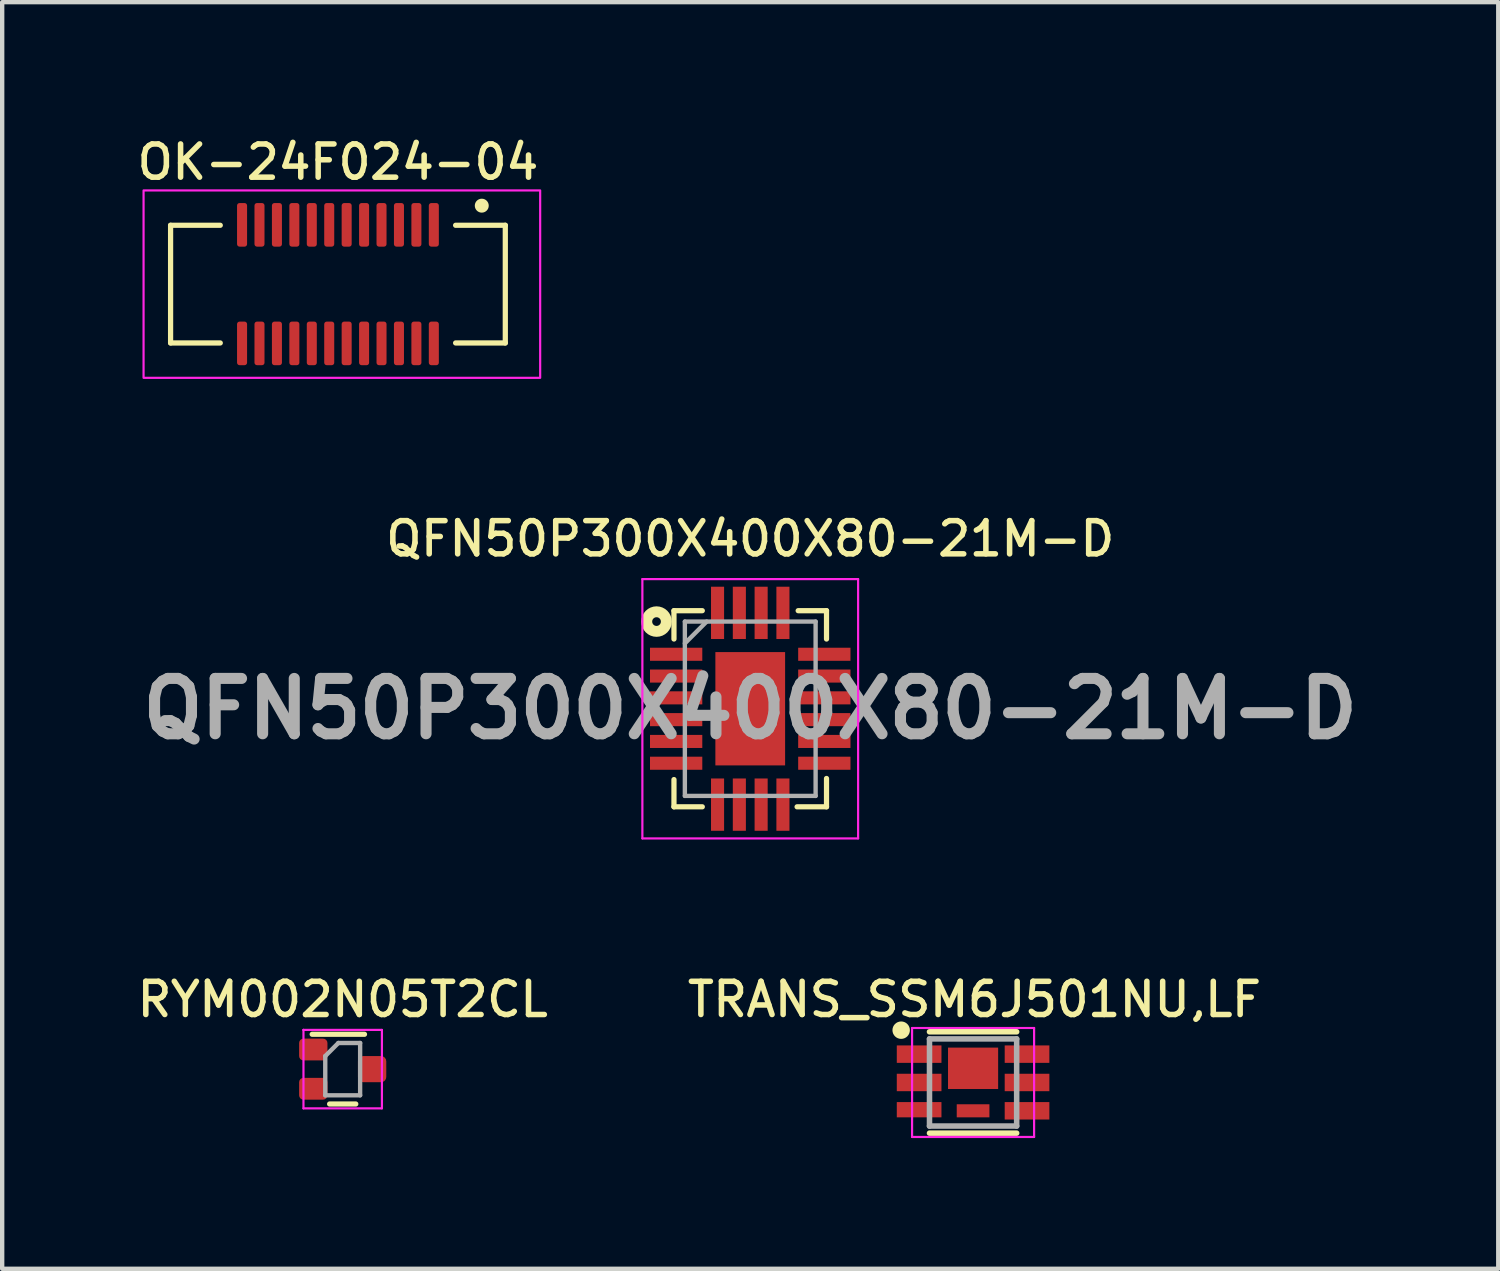
<source format=kicad_pcb>
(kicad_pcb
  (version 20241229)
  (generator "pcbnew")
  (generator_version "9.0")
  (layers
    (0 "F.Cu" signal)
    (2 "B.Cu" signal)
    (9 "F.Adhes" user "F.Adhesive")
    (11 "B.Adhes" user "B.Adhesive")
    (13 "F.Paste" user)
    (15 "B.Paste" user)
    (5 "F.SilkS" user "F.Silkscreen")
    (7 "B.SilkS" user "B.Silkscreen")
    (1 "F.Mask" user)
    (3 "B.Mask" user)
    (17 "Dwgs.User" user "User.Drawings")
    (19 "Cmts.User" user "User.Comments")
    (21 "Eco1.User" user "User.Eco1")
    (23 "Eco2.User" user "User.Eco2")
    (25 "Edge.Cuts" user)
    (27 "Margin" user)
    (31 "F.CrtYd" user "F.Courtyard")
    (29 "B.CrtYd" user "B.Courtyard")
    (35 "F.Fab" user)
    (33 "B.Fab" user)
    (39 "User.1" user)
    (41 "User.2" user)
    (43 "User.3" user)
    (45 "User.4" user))
  (footprint "TRANS_SSM6J501NU,LF"
    (layer "F.Cu")
    (at 19.277 21.787)
    (property "Reference" "TRANS_SSM6J501NU,LF" (at 0.032 -1.906 0) (layer "F.SilkS") (effects (font (size 0.762 0.762) (thickness 0.127))))
    (attr through_hole)
    (fp_line (start -1 -1.163) (end 1 -1.163) (stroke (width 0.127) (type solid)) (layer "F.SilkS"))
    (fp_line (start -1 1.163) (end 1 1.163) (stroke (width 0.127) (type solid)) (layer "F.SilkS"))
    (fp_circle (center -1.65 -1.2) (end -1.55 -1.2) (stroke (width 0.2) (type solid)) (fill no) (layer "F.SilkS"))
    (fp_line (start -1.4 -1.25) (end -1.4 1.25) (stroke (width 0.05) (type solid)) (layer "F.CrtYd"))
    (fp_line (start -1.4 1.25) (end 1.4 1.25) (stroke (width 0.05) (type solid)) (layer "F.CrtYd"))
    (fp_line (start 1.4 -1.25) (end -1.4 -1.25) (stroke (width 0.05) (type solid)) (layer "F.CrtYd"))
    (fp_line (start 1.4 1.25) (end 1.4 -1.25) (stroke (width 0.05) (type solid)) (layer "F.CrtYd"))
    (fp_line (start -1 -1) (end -1 1) (stroke (width 0.127) (type solid)) (layer "F.Fab"))
    (fp_line (start -1 1) (end 1 1) (stroke (width 0.127) (type solid)) (layer "F.Fab"))
    (fp_line (start 1 -1) (end -1 -1) (stroke (width 0.127) (type solid)) (layer "F.Fab"))
    (fp_line (start 1 1) (end 1 -1) (stroke (width 0.127) (type solid)) (layer "F.Fab"))
    (pad "1" smd rect (at -1.238 -0.65) (size 1.025 0.4) (layers "F.Cu" "F.Mask" "F.Paste"))
    (pad "1" smd rect (at -1.238 0) (size 1.025 0.4) (layers "F.Cu" "F.Mask" "F.Paste"))
    (pad "1" smd rect (at 0 -0.325) (size 1.15 0.95) (layers "F.Cu" "F.Mask" "F.Paste"))
    (pad "1" smd rect (at 1.238 -0.65 180) (size 1.025 0.4) (layers "F.Cu" "F.Mask" "F.Paste"))
    (pad "1" smd rect (at 1.238 0 180) (size 1.025 0.4) (layers "F.Cu" "F.Mask" "F.Paste"))
    (pad "2" smd rect (at -1.238 0.625) (size 1.025 0.35) (layers "F.Cu" "F.Mask" "F.Paste"))
    (pad "3" smd rect (at 0 0.65) (size 0.75 0.3) (layers "F.Cu" "F.Mask" "F.Paste"))
    (pad "3" smd rect (at 1.238 0.65 180) (size 1.025 0.4) (layers "F.Cu" "F.Mask" "F.Paste")))
  (footprint "OK-24F024-04"
    (layer "F.Cu")
    (at 4.704 3.469)
    (property "Reference" "OK-24F024-04" (at 0 -2.8 0) (unlocked yes) (layer "F.SilkS") (effects (font (size 0.762 0.762) (thickness 0.127))))
    (attr smd)
    (fp_line (start -3.84 -1.35) (end -3.84 1.35) (stroke (width 0.12) (type solid)) (layer "F.SilkS"))
    (fp_line (start -2.7 -1.35) (end -3.84 -1.35) (stroke (width 0.12) (type solid)) (layer "F.SilkS"))
    (fp_line (start -2.7 1.35) (end -3.84 1.35) (stroke (width 0.12) (type solid)) (layer "F.SilkS"))
    (fp_line (start 2.7 -1.35) (end 3.84 -1.35) (stroke (width 0.12) (type solid)) (layer "F.SilkS"))
    (fp_line (start 2.7 1.35) (end 3.84 1.35) (stroke (width 0.12) (type solid)) (layer "F.SilkS"))
    (fp_line (start 3.84 -1.35) (end 3.84 1.35) (stroke (width 0.12) (type solid)) (layer "F.SilkS"))
    (fp_circle (center 3.3 -1.8) (end 3.4 -1.8) (stroke (width 0.12) (type solid)) (fill yes) (layer "F.SilkS"))
    (fp_rect (start -4.46 -2.15) (end 4.64 2.15) (stroke (width 0.05) (type solid)) (fill no) (layer "F.CrtYd"))
    (pad "1" smd roundrect (at 2.2 -1.36) (size 0.23 1) (layers "F.Cu" "F.Mask" "F.Paste") (roundrect_rratio 0.25))
    (pad "2" smd roundrect (at 1.8 -1.36) (size 0.23 1) (layers "F.Cu" "F.Mask" "F.Paste") (roundrect_rratio 0.25))
    (pad "3" smd roundrect (at 1.4 -1.36) (size 0.23 1) (layers "F.Cu" "F.Mask" "F.Paste") (roundrect_rratio 0.25))
    (pad "4" smd roundrect (at 1 -1.36) (size 0.23 1) (layers "F.Cu" "F.Mask" "F.Paste") (roundrect_rratio 0.25))
    (pad "5" smd roundrect (at 0.6 -1.36) (size 0.23 1) (layers "F.Cu" "F.Mask" "F.Paste") (roundrect_rratio 0.25))
    (pad "6" smd roundrect (at 0.2 -1.36) (size 0.23 1) (layers "F.Cu" "F.Mask" "F.Paste") (roundrect_rratio 0.25))
    (pad "7" smd roundrect (at -0.2 -1.36) (size 0.23 1) (layers "F.Cu" "F.Mask" "F.Paste") (roundrect_rratio 0.25))
    (pad "8" smd roundrect (at -0.6 -1.36) (size 0.23 1) (layers "F.Cu" "F.Mask" "F.Paste") (roundrect_rratio 0.25))
    (pad "9" smd roundrect (at -1 -1.36) (size 0.23 1) (layers "F.Cu" "F.Mask" "F.Paste") (roundrect_rratio 0.25))
    (pad "10" smd roundrect (at -1.4 -1.36) (size 0.23 1) (layers "F.Cu" "F.Mask" "F.Paste") (roundrect_rratio 0.25))
    (pad "11" smd roundrect (at -1.8 -1.36) (size 0.23 1) (layers "F.Cu" "F.Mask" "F.Paste") (roundrect_rratio 0.25))
    (pad "12" smd roundrect (at -2.2 -1.36) (size 0.23 1) (layers "F.Cu" "F.Mask" "F.Paste") (roundrect_rratio 0.25))
    (pad "13" smd roundrect (at -2.2 1.36) (size 0.23 1) (layers "F.Cu" "F.Mask" "F.Paste") (roundrect_rratio 0.25))
    (pad "14" smd roundrect (at -1.8 1.36) (size 0.23 1) (layers "F.Cu" "F.Mask" "F.Paste") (roundrect_rratio 0.25))
    (pad "15" smd roundrect (at -1.4 1.36) (size 0.23 1) (layers "F.Cu" "F.Mask" "F.Paste") (roundrect_rratio 0.25))
    (pad "16" smd roundrect (at -1 1.36) (size 0.23 1) (layers "F.Cu" "F.Mask" "F.Paste") (roundrect_rratio 0.25))
    (pad "17" smd roundrect (at -0.6 1.36) (size 0.23 1) (layers "F.Cu" "F.Mask" "F.Paste") (roundrect_rratio 0.25))
    (pad "18" smd roundrect (at -0.2 1.36) (size 0.23 1) (layers "F.Cu" "F.Mask" "F.Paste") (roundrect_rratio 0.25))
    (pad "19" smd roundrect (at 0.2 1.36) (size 0.23 1) (layers "F.Cu" "F.Mask" "F.Paste") (roundrect_rratio 0.25))
    (pad "20" smd roundrect (at 0.6 1.36) (size 0.23 1) (layers "F.Cu" "F.Mask" "F.Paste") (roundrect_rratio 0.25))
    (pad "21" smd roundrect (at 1 1.36) (size 0.23 1) (layers "F.Cu" "F.Mask" "F.Paste") (roundrect_rratio 0.25))
    (pad "22" smd roundrect (at 1.4 1.36) (size 0.23 1) (layers "F.Cu" "F.Mask" "F.Paste") (roundrect_rratio 0.25))
    (pad "23" smd roundrect (at 1.8 1.36) (size 0.23 1) (layers "F.Cu" "F.Mask" "F.Paste") (roundrect_rratio 0.25))
    (pad "24" smd roundrect (at 2.2 1.36) (size 0.23 1) (layers "F.Cu" "F.Mask" "F.Paste") (roundrect_rratio 0.25)))
  (footprint "QFN50P300X400X80-21M-D"
    (layer "F.Cu")
    (at 14.164 13.212)
    (property "Reference" "QFN50P300X400X80-21M-D" (at 0 -3.9 0) (layer "F.SilkS") (effects (font (size 0.762 0.762) (thickness 0.127))))
    (attr smd)
    (fp_line (start -1.75 -2.25) (end -1.1 -2.25) (stroke (width 0.12) (type solid)) (layer "F.SilkS"))
    (fp_line (start -1.75 -1.6) (end -1.75 -2.25) (stroke (width 0.12) (type solid)) (layer "F.SilkS"))
    (fp_line (start -1.75 2.25) (end -1.75 1.625) (stroke (width 0.12) (type solid)) (layer "F.SilkS"))
    (fp_line (start -1.1 2.25) (end -1.75 2.25) (stroke (width 0.12) (type solid)) (layer "F.SilkS"))
    (fp_line (start 1.1 -2.25) (end 1.75 -2.25) (stroke (width 0.12) (type solid)) (layer "F.SilkS"))
    (fp_line (start 1.75 -2.25) (end 1.75 -1.6) (stroke (width 0.12) (type solid)) (layer "F.SilkS"))
    (fp_line (start 1.75 1.6) (end 1.75 2.25) (stroke (width 0.12) (type solid)) (layer "F.SilkS"))
    (fp_line (start 1.75 2.25) (end 1.075 2.25) (stroke (width 0.12) (type solid)) (layer "F.SilkS"))
    (fp_circle (center -2.15 -2) (end -2.05 -2) (stroke (width 0.25) (type solid)) (fill no) (layer "F.SilkS"))
    (fp_line (start -2.475 -2.975) (end 2.475 -2.975) (stroke (width 0.05) (type solid)) (layer "F.CrtYd"))
    (fp_line (start -2.475 2.975) (end -2.475 -2.975) (stroke (width 0.05) (type solid)) (layer "F.CrtYd"))
    (fp_line (start 2.475 -2.975) (end 2.475 2.975) (stroke (width 0.05) (type solid)) (layer "F.CrtYd"))
    (fp_line (start 2.475 2.975) (end -2.475 2.975) (stroke (width 0.05) (type solid)) (layer "F.CrtYd"))
    (fp_line (start -1.5 -2) (end 1.5 -2) (stroke (width 0.1) (type solid)) (layer "F.Fab"))
    (fp_line (start -1.5 -1.5) (end -1 -2) (stroke (width 0.1) (type solid)) (layer "F.Fab"))
    (fp_line (start -1.5 2) (end -1.5 -2) (stroke (width 0.1) (type solid)) (layer "F.Fab"))
    (fp_line (start 1.5 -2) (end 1.5 2) (stroke (width 0.1) (type solid)) (layer "F.Fab"))
    (fp_line (start 1.5 2) (end -1.5 2) (stroke (width 0.1) (type solid)) (layer "F.Fab"))
    (fp_text user "${REFERENCE}" (at 0 0 0) (layer "F.Fab") (effects (font (size 1.27 1.27) (thickness 0.254))))
    (pad "1" smd rect (at -1.7 -1.25 90) (size 0.3 1.2) (layers "F.Cu" "F.Mask" "F.Paste"))
    (pad "2" smd rect (at -1.7 -0.75 90) (size 0.3 1.2) (layers "F.Cu" "F.Mask" "F.Paste"))
    (pad "3" smd rect (at -1.7 -0.25 90) (size 0.3 1.2) (layers "F.Cu" "F.Mask" "F.Paste"))
    (pad "4" smd rect (at -1.7 0.25 90) (size 0.3 1.2) (layers "F.Cu" "F.Mask" "F.Paste"))
    (pad "5" smd rect (at -1.7 0.75 90) (size 0.3 1.2) (layers "F.Cu" "F.Mask" "F.Paste"))
    (pad "6" smd rect (at -1.7 1.25 90) (size 0.3 1.2) (layers "F.Cu" "F.Mask" "F.Paste"))
    (pad "7" smd rect (at -0.75 2.2) (size 0.3 1.2) (layers "F.Cu" "F.Mask" "F.Paste"))
    (pad "8" smd rect (at -0.25 2.2) (size 0.3 1.2) (layers "F.Cu" "F.Mask" "F.Paste"))
    (pad "9" smd rect (at 0.25 2.2) (size 0.3 1.2) (layers "F.Cu" "F.Mask" "F.Paste"))
    (pad "10" smd rect (at 0.75 2.2) (size 0.3 1.2) (layers "F.Cu" "F.Mask" "F.Paste"))
    (pad "11" smd rect (at 1.7 1.25 90) (size 0.3 1.2) (layers "F.Cu" "F.Mask" "F.Paste"))
    (pad "12" smd rect (at 1.7 0.75 90) (size 0.3 1.2) (layers "F.Cu" "F.Mask" "F.Paste"))
    (pad "13" smd rect (at 1.7 0.25 90) (size 0.3 1.2) (layers "F.Cu" "F.Mask" "F.Paste"))
    (pad "14" smd rect (at 1.7 -0.25 90) (size 0.3 1.2) (layers "F.Cu" "F.Mask" "F.Paste"))
    (pad "15" smd rect (at 1.7 -0.75 90) (size 0.3 1.2) (layers "F.Cu" "F.Mask" "F.Paste"))
    (pad "16" smd rect (at 1.7 -1.25 90) (size 0.3 1.2) (layers "F.Cu" "F.Mask" "F.Paste"))
    (pad "17" smd rect (at 0.75 -2.2) (size 0.3 1.2) (layers "F.Cu" "F.Mask" "F.Paste"))
    (pad "18" smd rect (at 0.25 -2.2) (size 0.3 1.2) (layers "F.Cu" "F.Mask" "F.Paste"))
    (pad "19" smd rect (at -0.25 -2.2) (size 0.3 1.2) (layers "F.Cu" "F.Mask" "F.Paste"))
    (pad "20" smd rect (at -0.75 -2.2) (size 0.3 1.2) (layers "F.Cu" "F.Mask" "F.Paste"))
    (pad "21" smd rect (at 0 0) (size 1.6 2.6) (layers "F.Cu" "F.Mask" "F.Paste")))
  (footprint "RYM002N05T2CL"
    (layer "F.Cu")
    (at 4.813 21.481)
    (property "Reference" "RYM002N05T2CL" (at 0 -1.6 0) (layer "F.SilkS") (effects (font (size 0.762 0.762) (thickness 0.127) (bold yes))))
    (attr smd)
    (fp_line (start 0.3 0.8) (end -0.3 0.8) (stroke (width 0.12) (type solid)) (layer "F.SilkS"))
    (fp_line (start 0.5 -0.8) (end -0.7 -0.8) (stroke (width 0.12) (type solid)) (layer "F.SilkS"))
    (fp_line (start -0.9 -0.9) (end -0.9 -0.9) (stroke (width 0.05) (type solid)) (layer "F.CrtYd"))
    (fp_line (start -0.9 -0.9) (end 0.9 -0.9) (stroke (width 0.05) (type solid)) (layer "F.CrtYd"))
    (fp_line (start -0.9 0.9) (end -0.9 -0.9) (stroke (width 0.05) (type solid)) (layer "F.CrtYd"))
    (fp_line (start 0.9 -0.9) (end 0.9 0.9) (stroke (width 0.05) (type solid)) (layer "F.CrtYd"))
    (fp_line (start 0.9 0.9) (end -0.9 0.9) (stroke (width 0.05) (type solid)) (layer "F.CrtYd"))
    (fp_line (start -0.4 -0.3) (end -0.1 -0.6) (stroke (width 0.1) (type solid)) (layer "F.Fab"))
    (fp_line (start -0.4 0.6) (end -0.4 -0.3) (stroke (width 0.1) (type solid)) (layer "F.Fab"))
    (fp_line (start -0.1 -0.6) (end 0.4 -0.6) (stroke (width 0.1) (type solid)) (layer "F.Fab"))
    (fp_line (start 0.4 -0.6) (end 0.4 0.6) (stroke (width 0.1) (type solid)) (layer "F.Fab"))
    (fp_line (start 0.4 0.6) (end -0.4 0.6) (stroke (width 0.1) (type solid)) (layer "F.Fab"))
    (pad "1" smd roundrect (at -0.675 -0.45) (size 0.65 0.5) (layers "F.Cu" "F.Mask" "F.Paste") (roundrect_rratio 0.2))
    (pad "2" smd roundrect (at -0.675 0.45) (size 0.65 0.5) (layers "F.Cu" "F.Mask" "F.Paste") (roundrect_rratio 0.2))
    (pad "3" smd roundrect (at 0.675 0) (size 0.65 0.6) (layers "F.Cu" "F.Mask" "F.Paste") (roundrect_rratio 0.2)))
  (gr_rect
    (start -3 -3)
    (end 31.327 26.062)
    (stroke (width 0.1) (type default))
    (fill no)
    (layer "Edge.Cuts")))
</source>
